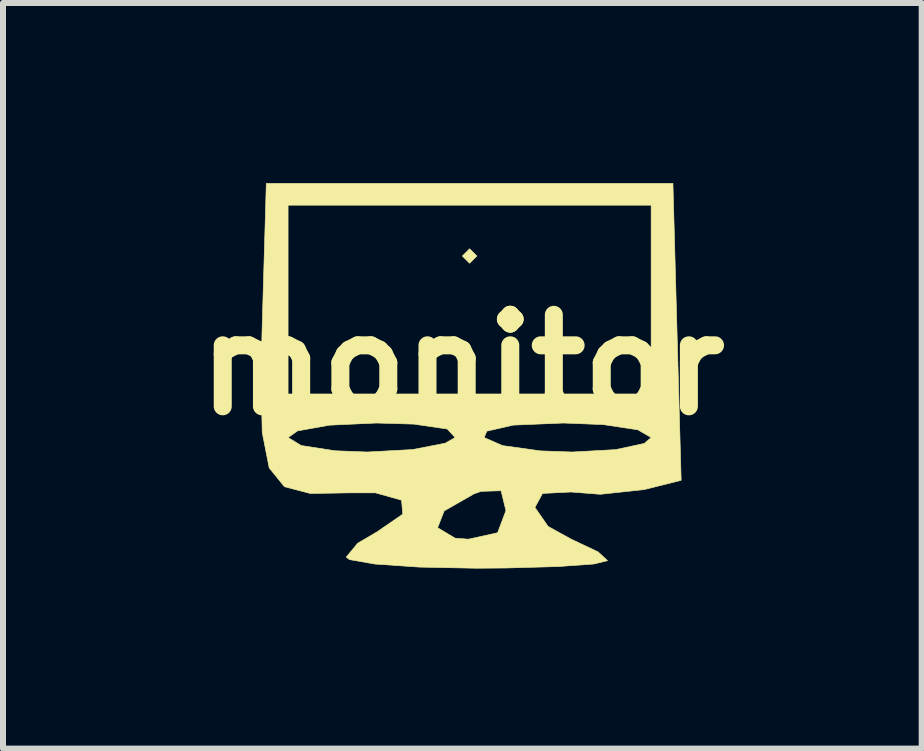
<source format=kicad_pcb>
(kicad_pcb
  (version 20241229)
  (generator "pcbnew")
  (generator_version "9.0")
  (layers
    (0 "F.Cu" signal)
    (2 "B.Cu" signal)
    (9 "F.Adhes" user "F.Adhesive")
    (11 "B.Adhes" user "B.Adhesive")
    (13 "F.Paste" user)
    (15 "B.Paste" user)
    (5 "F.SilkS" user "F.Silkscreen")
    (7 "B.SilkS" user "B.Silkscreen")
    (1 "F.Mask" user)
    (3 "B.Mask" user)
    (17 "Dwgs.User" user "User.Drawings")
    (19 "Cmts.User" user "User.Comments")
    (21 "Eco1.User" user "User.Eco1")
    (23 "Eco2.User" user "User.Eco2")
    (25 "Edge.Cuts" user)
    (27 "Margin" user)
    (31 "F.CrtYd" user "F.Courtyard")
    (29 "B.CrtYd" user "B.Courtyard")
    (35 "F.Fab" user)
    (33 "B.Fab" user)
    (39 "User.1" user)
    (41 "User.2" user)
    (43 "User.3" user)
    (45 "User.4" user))
  (footprint "monitor"
    (layer "F.Cu")
    (at 4.652 3.029)
    (property "Reference" "monitor" (at 0 0 0) (layer "F.SilkS") (effects (font (size 1.524 1.524) (thickness 0.3))))
    (attr through_hole)
    (fp_poly (pts (xy 0.242 -1.814) (xy 0.121 -1.693) (xy 0 -1.814) (xy 0.121 -1.935) (xy 0.242 -1.814)) (stroke (width 0.01) (type solid)) (fill yes) (layer "F.SilkS"))
    (fp_poly (pts (xy 3.576 -0.551) (xy 3.645 1.922) (xy 3.028 2.077) (xy 2.298 2.155) (xy 1.81 2.117) (xy 1.336 2.141) (xy 1.209 2.374) (xy 1.428 2.69) (xy 1.814 2.903) (xy 2.261 3.114) (xy 2.419 3.26) (xy 2.195 3.316) (xy 1.595 3.359) (xy 0.728 3.383) (xy 0.242 3.387) (xy -0.717 3.368) (xy -1.46 3.317) (xy -1.88 3.243) (xy -1.935 3.202) (xy -1.743 2.97) (xy -1.418 2.779) (xy -1.321 2.712) (xy -0.412 2.712) (xy -0.121 2.886) (xy 0.101 2.903) (xy 0.587 2.796) (xy 0.726 2.427) (xy 0.645 2.096) (xy 0.314 2.106) (xy 0.194 2.148) (xy -0.303 2.432) (xy -0.412 2.712) (xy -1.321 2.712) (xy -0.992 2.486) (xy -1.013 2.253) (xy -1.447 2.131) (xy -1.878 2.131) (xy -2.532 2.142) (xy -2.964 2.029) (xy -3.218 1.715) (xy -3.317 1.21) (xy -2.903 1.21) (xy -2.684 1.343) (xy -2.121 1.43) (xy -1.587 1.451) (xy -0.829 1.41) (xy -0.286 1.304) (xy -0.121 1.21) (xy 0.363 1.21) (xy 0.67 1.344) (xy 1.3 1.432) (xy 1.829 1.451) (xy 2.553 1.411) (xy 3.031 1.308) (xy 3.145 1.21) (xy 2.924 1.081) (xy 2.347 0.994) (xy 1.679 0.968) (xy 0.845 1.003) (xy 0.407 1.104) (xy 0.363 1.21) (xy -0.121 1.21) (xy -0.25 1.068) (xy -0.809 0.986) (xy -1.437 0.968) (xy -2.216 1.004) (xy -2.745 1.099) (xy -2.903 1.21) (xy -3.317 1.21) (xy -3.334 1.12) (xy -3.354 0.168) (xy -3.335 -0.625) (xy -3.276 -2.661) (xy -2.903 -2.661) (xy -2.903 0.484) (xy 3.145 0.484) (xy 3.145 -2.661) (xy -2.903 -2.661) (xy -3.276 -2.661) (xy -3.266 -3.024) (xy 3.508 -3.024) (xy 3.576 -0.551)) (stroke (width 0.01) (type solid)) (fill yes) (layer "F.SilkS")))
  (gr_rect
    (start -3 -3)
    (end 12.304 9.42)
    (stroke (width 0.1) (type default))
    (fill no)
    (layer "Edge.Cuts")))
</source>
